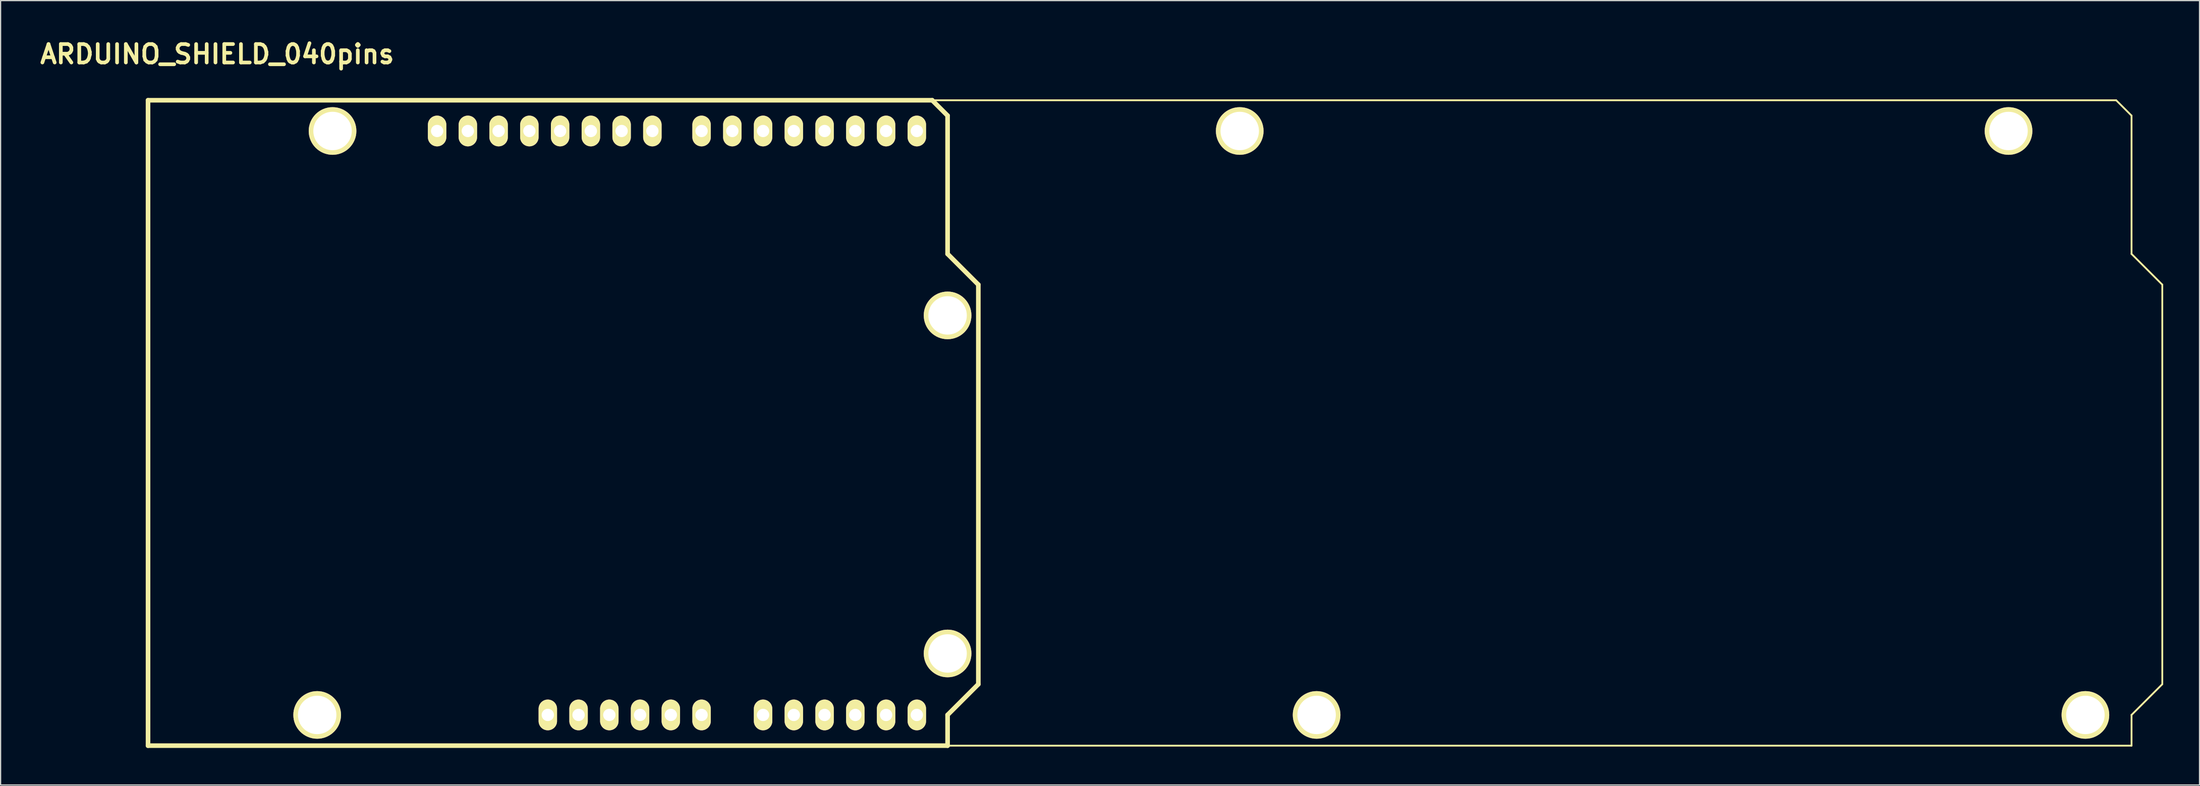
<source format=kicad_pcb>
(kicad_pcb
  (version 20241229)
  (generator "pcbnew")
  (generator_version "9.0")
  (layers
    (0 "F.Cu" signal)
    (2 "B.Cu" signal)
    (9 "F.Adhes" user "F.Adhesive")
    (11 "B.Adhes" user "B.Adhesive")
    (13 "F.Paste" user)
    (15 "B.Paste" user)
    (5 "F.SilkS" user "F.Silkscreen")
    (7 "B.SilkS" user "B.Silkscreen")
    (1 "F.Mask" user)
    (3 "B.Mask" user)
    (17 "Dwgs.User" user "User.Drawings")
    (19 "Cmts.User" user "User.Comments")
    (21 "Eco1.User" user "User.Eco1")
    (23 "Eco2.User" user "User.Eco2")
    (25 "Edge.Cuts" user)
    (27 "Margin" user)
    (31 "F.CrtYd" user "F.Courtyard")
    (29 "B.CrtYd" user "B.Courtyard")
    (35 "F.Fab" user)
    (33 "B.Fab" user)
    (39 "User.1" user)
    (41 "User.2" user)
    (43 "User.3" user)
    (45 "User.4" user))
  (footprint "ARDUINO_SHIELD_040pins"
    (layer "F.Cu")
    (at 9.177 58.576)
    (property "Reference" "ARDUINO_SHIELD_040pins" (at 5.715 -57.15 0) (layer "F.SilkS") (effects (font (size 1.524 1.524) (thickness 0.305))))
    (attr through_hole)
    (fp_line (start 0 0) (end 0 -53.34) (stroke (width 0.381) (type solid)) (layer "F.SilkS"))
    (fp_line (start 64.77 -53.34) (end 0 -53.34) (stroke (width 0.381) (type solid)) (layer "F.SilkS"))
    (fp_line (start 66.04 -52.07) (end 64.77 -53.34) (stroke (width 0.381) (type solid)) (layer "F.SilkS"))
    (fp_line (start 66.04 -40.64) (end 66.04 -52.07) (stroke (width 0.381) (type solid)) (layer "F.SilkS"))
    (fp_line (start 66.04 -40.64) (end 68.58 -38.1) (stroke (width 0.381) (type solid)) (layer "F.SilkS"))
    (fp_line (start 66.04 -2.54) (end 66.04 0) (stroke (width 0.381) (type solid)) (layer "F.SilkS"))
    (fp_line (start 66.04 0) (end 0 0) (stroke (width 0.381) (type solid)) (layer "F.SilkS"))
    (fp_line (start 66.04 0) (end 163.83 0) (stroke (width 0.15) (type solid)) (layer "F.SilkS"))
    (fp_line (start 68.58 -38.1) (end 68.58 -5.08) (stroke (width 0.381) (type solid)) (layer "F.SilkS"))
    (fp_line (start 68.58 -5.08) (end 66.04 -2.54) (stroke (width 0.381) (type solid)) (layer "F.SilkS"))
    (fp_line (start 162.56 -53.34) (end 64.77 -53.34) (stroke (width 0.15) (type solid)) (layer "F.SilkS"))
    (fp_line (start 163.83 -52.07) (end 162.56 -53.34) (stroke (width 0.15) (type solid)) (layer "F.SilkS"))
    (fp_line (start 163.83 -40.64) (end 163.83 -52.07) (stroke (width 0.15) (type solid)) (layer "F.SilkS"))
    (fp_line (start 163.83 -2.54) (end 166.37 -5.08) (stroke (width 0.15) (type solid)) (layer "F.SilkS"))
    (fp_line (start 163.83 0) (end 163.83 -2.54) (stroke (width 0.15) (type solid)) (layer "F.SilkS"))
    (fp_line (start 166.37 -38.1) (end 163.83 -40.64) (stroke (width 0.15) (type solid)) (layer "F.SilkS"))
    (fp_line (start 166.37 -5.08) (end 166.37 -38.1) (stroke (width 0.15) (type solid)) (layer "F.SilkS"))
    (pad "" thru_hole circle (at 13.97 -2.54 90) (size 3.937 3.937) (drill 3.175) (layers "*.Cu" "*.Mask" "F.SilkS"))
    (pad "" thru_hole circle (at 15.24 -50.8 90) (size 3.937 3.937) (drill 3.175) (layers "*.Cu" "*.Mask" "F.SilkS"))
    (pad "" thru_hole circle (at 66.04 -35.56 90) (size 3.937 3.937) (drill 3.175) (layers "*.Cu" "*.Mask" "F.SilkS"))
    (pad "" thru_hole circle (at 66.04 -7.62 90) (size 3.937 3.937) (drill 3.175) (layers "*.Cu" "*.Mask" "F.SilkS"))
    (pad "" thru_hole circle (at 90.17 -50.8 90) (size 3.937 3.937) (drill 3.175) (layers "*.Cu" "*.Mask" "F.SilkS"))
    (pad "" thru_hole circle (at 96.52 -2.54 90) (size 3.937 3.937) (drill 3.175) (layers "*.Cu" "*.Mask" "F.SilkS"))
    (pad "" thru_hole circle (at 153.67 -50.8 90) (size 3.937 3.937) (drill 3.175) (layers "*.Cu" "*.Mask" "F.SilkS"))
    (pad "" thru_hole circle (at 160.02 -2.54 90) (size 3.937 3.937) (drill 3.175) (layers "*.Cu" "*.Mask" "F.SilkS"))
    (pad "0" thru_hole oval (at 63.5 -50.8 90) (size 2.54 1.524) (drill 1.016) (layers "*.Cu" "*.Mask" "F.SilkS"))
    (pad "1" thru_hole oval (at 60.96 -50.8 90) (size 2.54 1.524) (drill 1.016) (layers "*.Cu" "*.Mask" "F.SilkS"))
    (pad "2" thru_hole oval (at 58.42 -50.8 90) (size 2.54 1.524) (drill 1.016) (layers "*.Cu" "*.Mask" "F.SilkS"))
    (pad "3" thru_hole oval (at 55.88 -50.8 90) (size 2.54 1.524) (drill 1.016) (layers "*.Cu" "*.Mask" "F.SilkS"))
    (pad "3V3" thru_hole oval (at 35.56 -2.54 90) (size 2.54 1.524) (drill 1.016) (layers "*.Cu" "*.Mask" "F.SilkS"))
    (pad "4" thru_hole oval (at 53.34 -50.8 90) (size 2.54 1.524) (drill 1.016) (layers "*.Cu" "*.Mask" "F.SilkS"))
    (pad "5" thru_hole oval (at 50.8 -50.8 90) (size 2.54 1.524) (drill 1.016) (layers "*.Cu" "*.Mask" "F.SilkS"))
    (pad "5V" thru_hole oval (at 38.1 -2.54 90) (size 2.54 1.524) (drill 1.016) (layers "*.Cu" "*.Mask" "F.SilkS"))
    (pad "6" thru_hole oval (at 48.26 -50.8 90) (size 2.54 1.524) (drill 1.016) (layers "*.Cu" "*.Mask" "F.SilkS"))
    (pad "7" thru_hole oval (at 45.72 -50.8 90) (size 2.54 1.524) (drill 1.016) (layers "*.Cu" "*.Mask" "F.SilkS"))
    (pad "8" thru_hole oval (at 41.656 -50.8 90) (size 2.54 1.524) (drill 1.016) (layers "*.Cu" "*.Mask" "F.SilkS"))
    (pad "9" thru_hole oval (at 39.116 -50.8 90) (size 2.54 1.524) (drill 1.016) (layers "*.Cu" "*.Mask" "F.SilkS"))
    (pad "10" thru_hole oval (at 36.576 -50.8 90) (size 2.54 1.524) (drill 1.016) (layers "*.Cu" "*.Mask" "F.SilkS"))
    (pad "11" thru_hole oval (at 34.036 -50.8 90) (size 2.54 1.524) (drill 1.016) (layers "*.Cu" "*.Mask" "F.SilkS"))
    (pad "12" thru_hole oval (at 31.496 -50.8 90) (size 2.54 1.524) (drill 1.016) (layers "*.Cu" "*.Mask" "F.SilkS"))
    (pad "13" thru_hole oval (at 28.956 -50.8 90) (size 2.54 1.524) (drill 1.016) (layers "*.Cu" "*.Mask" "F.SilkS"))
    (pad "AD0" thru_hole oval (at 50.8 -2.54 90) (size 2.54 1.524) (drill 1.016) (layers "*.Cu" "*.Mask" "F.SilkS"))
    (pad "AD1" thru_hole oval (at 53.34 -2.54 90) (size 2.54 1.524) (drill 1.016) (layers "*.Cu" "*.Mask" "F.SilkS"))
    (pad "AD2" thru_hole oval (at 55.88 -2.54 90) (size 2.54 1.524) (drill 1.016) (layers "*.Cu" "*.Mask" "F.SilkS"))
    (pad "AD3" thru_hole oval (at 58.42 -2.54 90) (size 2.54 1.524) (drill 1.016) (layers "*.Cu" "*.Mask" "F.SilkS"))
    (pad "AD4" thru_hole oval (at 60.96 -2.54 90) (size 2.54 1.524) (drill 1.016) (layers "*.Cu" "*.Mask" "F.SilkS"))
    (pad "AD5" thru_hole oval (at 63.5 -2.54 90) (size 2.54 1.524) (drill 1.016) (layers "*.Cu" "*.Mask" "F.SilkS"))
    (pad "AREF" thru_hole oval (at 23.876 -50.8 90) (size 2.54 1.524) (drill 1.016) (layers "*.Cu" "*.Mask" "F.SilkS"))
    (pad "GND1" thru_hole oval (at 40.64 -2.54 90) (size 2.54 1.524) (drill 1.016) (layers "*.Cu" "*.Mask" "F.SilkS"))
    (pad "GND2" thru_hole oval (at 43.18 -2.54 90) (size 2.54 1.524) (drill 1.016) (layers "*.Cu" "*.Mask" "F.SilkS"))
    (pad "GND3" thru_hole oval (at 26.416 -50.8 90) (size 2.54 1.524) (drill 1.016) (layers "*.Cu" "*.Mask" "F.SilkS"))
    (pad "RST" thru_hole oval (at 33.02 -2.54 90) (size 2.54 1.524) (drill 1.016) (layers "*.Cu" "*.Mask" "F.SilkS"))
    (pad "V_IN" thru_hole oval (at 45.72 -2.54 90) (size 2.54 1.524) (drill 1.016) (layers "*.Cu" "*.Mask" "F.SilkS")))
  (gr_rect
    (start -3 -3)
    (end 178.622 61.826)
    (stroke (width 0.1) (type default))
    (fill no)
    (layer "Edge.Cuts")))
</source>
